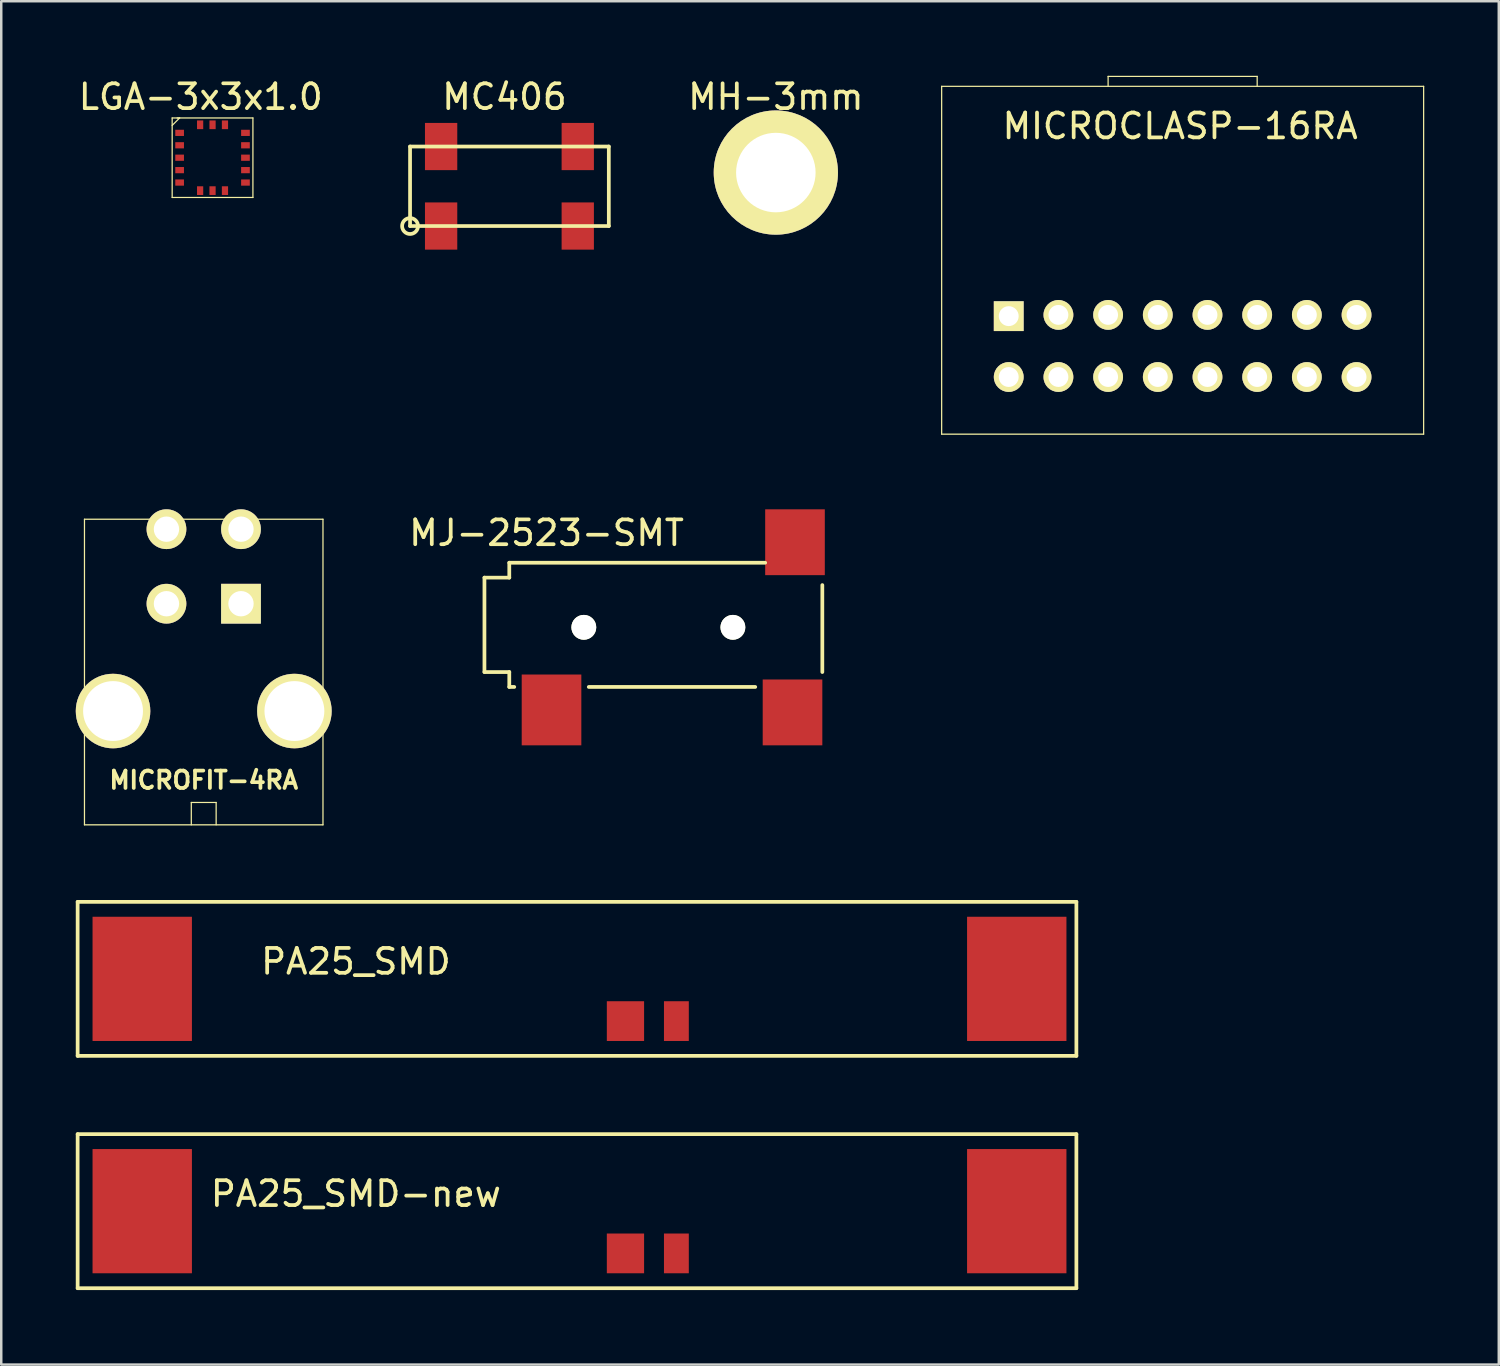
<source format=kicad_pcb>
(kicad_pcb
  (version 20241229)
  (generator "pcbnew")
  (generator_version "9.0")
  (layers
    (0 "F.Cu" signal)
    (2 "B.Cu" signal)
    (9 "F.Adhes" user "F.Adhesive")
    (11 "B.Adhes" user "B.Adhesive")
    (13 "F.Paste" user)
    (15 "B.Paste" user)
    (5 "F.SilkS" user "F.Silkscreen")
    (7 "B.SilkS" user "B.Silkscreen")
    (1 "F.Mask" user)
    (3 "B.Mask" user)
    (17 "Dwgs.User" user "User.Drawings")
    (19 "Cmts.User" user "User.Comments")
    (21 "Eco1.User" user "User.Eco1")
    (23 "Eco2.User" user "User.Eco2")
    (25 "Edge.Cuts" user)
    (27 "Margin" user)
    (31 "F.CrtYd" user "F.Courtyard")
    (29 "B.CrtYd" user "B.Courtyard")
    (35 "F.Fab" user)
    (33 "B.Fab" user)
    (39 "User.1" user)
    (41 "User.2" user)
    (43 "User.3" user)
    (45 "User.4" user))
  (footprint "PA25_SMD-new"
    (layer "F.Cu")
    (at 4.675 48.2)
    (property "Reference" "PA25_SMD-new" (at 6.6 -3.2 0) (layer "F.SilkS") (effects (font (size 1 1) (thickness 0.15))))
    (attr through_hole)
    (fp_line (start -4.6 -5.6) (end -4.6 0.6) (stroke (width 0.15) (type solid)) (layer "F.SilkS"))
    (fp_line (start -4.6 0.6) (end 35.6 0.6) (stroke (width 0.15) (type solid)) (layer "F.SilkS"))
    (fp_line (start 35.6 -5.6) (end -4.6 -5.6) (stroke (width 0.15) (type solid)) (layer "F.SilkS"))
    (fp_line (start 35.6 0.6) (end 35.6 -5.6) (stroke (width 0.15) (type solid)) (layer "F.SilkS"))
    (pad "1" smd rect (at 19.5 -0.8) (size 1 1.6) (layers "F.Cu" "F.Mask" "F.Paste"))
    (pad "2" smd rect (at 17.45 -0.8) (size 1.5 1.6) (layers "F.Cu" "F.Mask" "F.Paste"))
    (pad "3" smd rect (at -2 -2.5) (size 4 5) (layers "F.Cu" "F.Mask" "F.Paste"))
    (pad "4" smd rect (at 33.2 -2.5) (size 4 5) (layers "F.Cu" "F.Mask" "F.Paste")))
  (footprint "MJ-2523-SMT"
    (layer "F.Cu")
    (at 17.449 22.2)
    (property "Reference" "MJ-2523-SMT" (at 1.5 -3.8 0) (layer "F.SilkS") (effects (font (size 1 1) (thickness 0.15))))
    (attr through_hole)
    (fp_line (start -1 -2) (end -1 1.8) (stroke (width 0.15) (type solid)) (layer "F.SilkS"))
    (fp_line (start -1 1.8) (end 0 1.8) (stroke (width 0.15) (type solid)) (layer "F.SilkS"))
    (fp_line (start 0 -2.6) (end 0 -2) (stroke (width 0.15) (type solid)) (layer "F.SilkS"))
    (fp_line (start 0 -2) (end -1 -2) (stroke (width 0.15) (type solid)) (layer "F.SilkS"))
    (fp_line (start 0 1.8) (end 0 2.4) (stroke (width 0.15) (type solid)) (layer "F.SilkS"))
    (fp_line (start 0 2.4) (end 0.2 2.4) (stroke (width 0.15) (type solid)) (layer "F.SilkS"))
    (fp_line (start 3.2 2.4) (end 9.9 2.4) (stroke (width 0.15) (type solid)) (layer "F.SilkS"))
    (fp_line (start 10.3 -2.6) (end 0 -2.6) (stroke (width 0.15) (type solid)) (layer "F.SilkS"))
    (fp_line (start 12.6 1.8) (end 12.6 -1.7) (stroke (width 0.15) (type solid)) (layer "F.SilkS"))
    (pad "" np_thru_hole circle (at 3 0) (size 1 1) (drill 1) (layers "*.Cu" "*.Mask" "F.SilkS"))
    (pad "" np_thru_hole circle (at 9 0) (size 1 1) (drill 1) (layers "*.Cu" "*.Mask" "F.SilkS"))
    (pad "1" smd rect (at 1.7 3.325) (size 2.4 2.85) (layers "F.Cu" "F.Mask" "F.Paste"))
    (pad "2" smd rect (at 11.4 3.425) (size 2.4 2.65) (layers "F.Cu" "F.Mask" "F.Paste"))
    (pad "3" smd rect (at 11.5 -3.425) (size 2.4 2.65) (layers "F.Cu" "F.Mask" "F.Paste")))
  (footprint "MH-3mm"
    (layer "F.Cu")
    (at 28.178 3.896)
    (property "Reference" "MH-3mm" (at 0 -3.048 0) (layer "F.SilkS") (effects (font (size 1 1) (thickness 0.15))))
    (attr through_hole)
    (fp_circle (center 0 0) (end 0 -2.286) (stroke (width 0.15) (type solid)) (fill no) (layer "F.SilkS"))
    (pad "1" thru_hole circle (at 0 0) (size 5 5) (drill 3.2) (layers "*.Cu" "*.Mask" "F.SilkS")))
  (footprint "PA25_SMD"
    (layer "F.Cu")
    (at 4.675 38.85)
    (property "Reference" "PA25_SMD" (at 6.6 -3.2 0) (layer "F.SilkS") (effects (font (size 1 1) (thickness 0.15))))
    (attr through_hole)
    (fp_line (start -4.6 -5.6) (end -4.6 0.6) (stroke (width 0.15) (type solid)) (layer "F.SilkS"))
    (fp_line (start -4.6 0.6) (end 35.6 0.6) (stroke (width 0.15) (type solid)) (layer "F.SilkS"))
    (fp_line (start 35.6 -5.6) (end -4.6 -5.6) (stroke (width 0.15) (type solid)) (layer "F.SilkS"))
    (fp_line (start 35.6 0.6) (end 35.6 -5.6) (stroke (width 0.15) (type solid)) (layer "F.SilkS"))
    (pad "1" smd rect (at 19.5 -0.8) (size 1 1.6) (layers "F.Cu" "F.Mask" "F.Paste"))
    (pad "2" smd rect (at 17.45 -0.8) (size 1.5 1.6) (layers "F.Cu" "F.Mask" "F.Paste"))
    (pad "3" smd rect (at -2 -2.5) (size 4 5) (layers "F.Cu" "F.Mask" "F.Paste"))
    (pad "4" smd rect (at 33.2 -2.5) (size 4 5) (layers "F.Cu" "F.Mask" "F.Paste")))
  (footprint "MICROFIT-4RA"
    (layer "F.Cu")
    (at 6.65 21.25)
    (property "Reference" "MICROFIT-4RA" (at -1.5 7.1 0) (layer "F.SilkS") (effects (font (size 0.7 0.7) (thickness 0.15))))
    (attr through_hole)
    (fp_line (start -6.3 -3.4) (end 3.3 -3.4) (stroke (width 0.05) (type solid)) (layer "F.SilkS"))
    (fp_line (start -6.3 8.9) (end -6.3 -3.4) (stroke (width 0.05) (type solid)) (layer "F.SilkS"))
    (fp_line (start -2 8) (end -1 8) (stroke (width 0.05) (type solid)) (layer "F.SilkS"))
    (fp_line (start -2 8.9) (end -2 8) (stroke (width 0.05) (type solid)) (layer "F.SilkS"))
    (fp_line (start -1 8) (end -1 8.9) (stroke (width 0.05) (type solid)) (layer "F.SilkS"))
    (fp_line (start 3.3 -3.4) (end 3.3 8.9) (stroke (width 0.05) (type solid)) (layer "F.SilkS"))
    (fp_line (start 3.3 8.9) (end -6.3 8.9) (stroke (width 0.05) (type solid)) (layer "F.SilkS"))
    (pad "" np_thru_hole circle (at -5.15 4.32) (size 3 3) (drill 2.41) (layers "*.Cu" "*.Mask" "F.SilkS"))
    (pad "" np_thru_hole circle (at 2.15 4.32) (size 3 3) (drill 2.41) (layers "*.Cu" "*.Mask" "F.SilkS"))
    (pad "1" thru_hole rect (at 0 0) (size 1.6 1.6) (drill 1.02) (layers "*.Cu" "*.Mask" "F.SilkS"))
    (pad "2" thru_hole circle (at -3 0) (size 1.6 1.6) (drill 1.02) (layers "*.Cu" "*.Mask" "F.SilkS"))
    (pad "3" thru_hole circle (at 0 -3) (size 1.6 1.6) (drill 1.02) (layers "*.Cu" "*.Mask" "F.SilkS"))
    (pad "4" thru_hole circle (at -3 -3) (size 1.6 1.6) (drill 1.02) (layers "*.Cu" "*.Mask" "F.SilkS")))
  (footprint "LGA-3x3x1.0"
    (layer "F.Cu")
    (at 4.18 2.298)
    (property "Reference" "LGA-3x3x1.0" (at 0.85 -1.45 0) (layer "F.SilkS") (effects (font (size 1 1) (thickness 0.15))))
    (attr through_hole)
    (fp_line (start -0.3 -0.6) (end -0.3 2.6) (stroke (width 0.05) (type solid)) (layer "F.SilkS"))
    (fp_line (start -0.3 -0.3) (end 0 -0.6) (stroke (width 0.05) (type solid)) (layer "F.SilkS"))
    (fp_line (start -0.3 2.6) (end 2.95 2.6) (stroke (width 0.05) (type solid)) (layer "F.SilkS"))
    (fp_line (start 0 -0.6) (end -0.1 -0.6) (stroke (width 0.05) (type solid)) (layer "F.SilkS"))
    (fp_line (start 2.95 -0.6) (end -0.3 -0.6) (stroke (width 0.05) (type solid)) (layer "F.SilkS"))
    (fp_line (start 2.95 2.6) (end 2.95 -0.6) (stroke (width 0.05) (type solid)) (layer "F.SilkS"))
    (pad "1" smd rect (at 0 0) (size 0.35 0.25) (layers "F.Cu" "F.Mask" "F.Paste"))
    (pad "2" smd rect (at 0 0.5) (size 0.35 0.25) (layers "F.Cu" "F.Mask" "F.Paste"))
    (pad "3" smd rect (at 0 1) (size 0.35 0.25) (layers "F.Cu" "F.Mask" "F.Paste"))
    (pad "4" smd rect (at 0 1.5) (size 0.35 0.25) (layers "F.Cu" "F.Mask" "F.Paste"))
    (pad "5" smd rect (at 0 2) (size 0.35 0.25) (layers "F.Cu" "F.Mask" "F.Paste"))
    (pad "6" smd rect (at 0.825 2.325) (size 0.25 0.35) (layers "F.Cu" "F.Mask" "F.Paste"))
    (pad "7" smd rect (at 1.325 2.325) (size 0.25 0.35) (layers "F.Cu" "F.Mask" "F.Paste"))
    (pad "8" smd rect (at 1.825 2.325) (size 0.25 0.35) (layers "F.Cu" "F.Mask" "F.Paste"))
    (pad "9" smd rect (at 2.65 2) (size 0.35 0.25) (layers "F.Cu" "F.Mask" "F.Paste"))
    (pad "10" smd rect (at 2.65 1.5) (size 0.35 0.25) (layers "F.Cu" "F.Mask" "F.Paste"))
    (pad "11" smd rect (at 2.65 1) (size 0.35 0.25) (layers "F.Cu" "F.Mask" "F.Paste"))
    (pad "12" smd rect (at 2.65 0.5) (size 0.35 0.25) (layers "F.Cu" "F.Mask" "F.Paste"))
    (pad "13" smd rect (at 2.65 0) (size 0.35 0.25) (layers "F.Cu" "F.Mask" "F.Paste"))
    (pad "14" smd rect (at 1.825 -0.325) (size 0.25 0.35) (layers "F.Cu" "F.Mask" "F.Paste"))
    (pad "15" smd rect (at 1.325 -0.325) (size 0.25 0.35) (layers "F.Cu" "F.Mask" "F.Paste"))
    (pad "16" smd rect (at 0.825 -0.325) (size 0.25 0.35) (layers "F.Cu" "F.Mask" "F.Paste")))
  (footprint "MICROCLASP-16RA"
    (layer "F.Cu")
    (at 37.552 9.625)
    (property "Reference" "MICROCLASP-16RA" (at 6.9 -7.6 0) (layer "F.SilkS") (effects (font (size 1 1) (thickness 0.15))))
    (attr through_hole)
    (fp_line (start -2.7 -9.2) (end -2.7 4.8) (stroke (width 0.05) (type solid)) (layer "F.SilkS"))
    (fp_line (start -2.7 4.8) (end 16.7 4.8) (stroke (width 0.05) (type solid)) (layer "F.SilkS"))
    (fp_line (start 4 -9.6) (end 10 -9.6) (stroke (width 0.05) (type solid)) (layer "F.SilkS"))
    (fp_line (start 4 -9.2) (end 4 -9.6) (stroke (width 0.05) (type solid)) (layer "F.SilkS"))
    (fp_line (start 10 -9.6) (end 10 -9.2) (stroke (width 0.05) (type solid)) (layer "F.SilkS"))
    (fp_line (start 16.7 -9.2) (end -2.7 -9.2) (stroke (width 0.05) (type solid)) (layer "F.SilkS"))
    (fp_line (start 16.7 4.8) (end 16.7 -9.2) (stroke (width 0.05) (type solid)) (layer "F.SilkS"))
    (pad "1" thru_hole rect (at 0 0.05) (size 1.2 1.2) (drill 0.8) (layers "*.Cu" "*.Mask" "F.SilkS"))
    (pad "2" thru_hole circle (at 2 0) (size 1.2 1.2) (drill 0.8) (layers "*.Cu" "*.Mask" "F.SilkS"))
    (pad "3" thru_hole circle (at 4 0) (size 1.2 1.2) (drill 0.8) (layers "*.Cu" "*.Mask" "F.SilkS"))
    (pad "4" thru_hole circle (at 6 0) (size 1.2 1.2) (drill 0.8) (layers "*.Cu" "*.Mask" "F.SilkS"))
    (pad "5" thru_hole circle (at 8 0) (size 1.2 1.2) (drill 0.8) (layers "*.Cu" "*.Mask" "F.SilkS"))
    (pad "6" thru_hole circle (at 10 0) (size 1.2 1.2) (drill 0.8) (layers "*.Cu" "*.Mask" "F.SilkS"))
    (pad "7" thru_hole circle (at 12 0) (size 1.2 1.2) (drill 0.8) (layers "*.Cu" "*.Mask" "F.SilkS"))
    (pad "8" thru_hole circle (at 14 0) (size 1.2 1.2) (drill 0.8) (layers "*.Cu" "*.Mask" "F.SilkS"))
    (pad "9" thru_hole circle (at 0 2.5) (size 1.2 1.2) (drill 0.8) (layers "*.Cu" "*.Mask" "F.SilkS"))
    (pad "10" thru_hole circle (at 2 2.5) (size 1.2 1.2) (drill 0.8) (layers "*.Cu" "*.Mask" "F.SilkS"))
    (pad "11" thru_hole circle (at 4 2.5) (size 1.2 1.2) (drill 0.8) (layers "*.Cu" "*.Mask" "F.SilkS"))
    (pad "12" thru_hole circle (at 6 2.5) (size 1.2 1.2) (drill 0.8) (layers "*.Cu" "*.Mask" "F.SilkS"))
    (pad "13" thru_hole circle (at 8 2.5) (size 1.2 1.2) (drill 0.8) (layers "*.Cu" "*.Mask" "F.SilkS"))
    (pad "14" thru_hole circle (at 10 2.5) (size 1.2 1.2) (drill 0.8) (layers "*.Cu" "*.Mask" "F.SilkS"))
    (pad "15" thru_hole circle (at 12 2.5) (size 1.2 1.2) (drill 0.8) (layers "*.Cu" "*.Mask" "F.SilkS"))
    (pad "16" thru_hole circle (at 14 2.5) (size 1.2 1.2) (drill 0.8) (layers "*.Cu" "*.Mask" "F.SilkS")))
  (footprint "MC406"
    (layer "F.Cu")
    (at 17.255 4.498)
    (property "Reference" "MC406" (at 0 -3.65 0) (layer "F.SilkS") (effects (font (size 1 1) (thickness 0.15))))
    (attr through_hole)
    (fp_line (start -3.8 -1.65) (end -3.8 1.55) (stroke (width 0.15) (type solid)) (layer "F.SilkS"))
    (fp_line (start -3.8 1.55) (end 4.2 1.55) (stroke (width 0.15) (type solid)) (layer "F.SilkS"))
    (fp_line (start 4.2 -1.65) (end -3.8 -1.65) (stroke (width 0.15) (type solid)) (layer "F.SilkS"))
    (fp_line (start 4.2 1.55) (end 4.2 -1.65) (stroke (width 0.15) (type solid)) (layer "F.SilkS"))
    (fp_circle (center -3.8 1.55) (end -3.55 1.75) (stroke (width 0.15) (type solid)) (fill no) (layer "F.SilkS"))
    (pad "1" smd rect (at -2.55 1.55) (size 1.3 1.9) (layers "F.Cu" "F.Mask" "F.Paste"))
    (pad "2" smd rect (at 2.95 1.55) (size 1.3 1.9) (layers "F.Cu" "F.Mask" "F.Paste"))
    (pad "3" smd rect (at 2.95 -1.65) (size 1.3 1.9) (layers "F.Cu" "F.Mask" "F.Paste"))
    (pad "4" smd rect (at -2.55 -1.65) (size 1.3 1.9) (layers "F.Cu" "F.Mask" "F.Paste")))
  (gr_rect
    (start -3 -3)
    (end 57.277 51.875)
    (stroke (width 0.1) (type default))
    (fill no)
    (layer "Edge.Cuts")))
</source>
